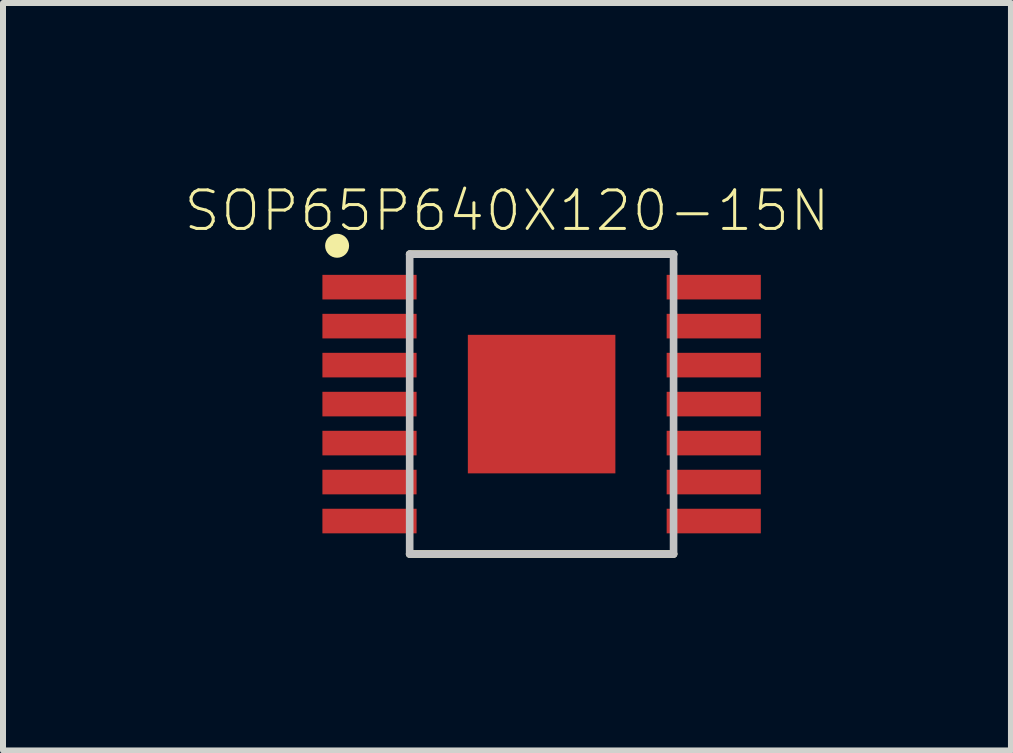
<source format=kicad_pcb>
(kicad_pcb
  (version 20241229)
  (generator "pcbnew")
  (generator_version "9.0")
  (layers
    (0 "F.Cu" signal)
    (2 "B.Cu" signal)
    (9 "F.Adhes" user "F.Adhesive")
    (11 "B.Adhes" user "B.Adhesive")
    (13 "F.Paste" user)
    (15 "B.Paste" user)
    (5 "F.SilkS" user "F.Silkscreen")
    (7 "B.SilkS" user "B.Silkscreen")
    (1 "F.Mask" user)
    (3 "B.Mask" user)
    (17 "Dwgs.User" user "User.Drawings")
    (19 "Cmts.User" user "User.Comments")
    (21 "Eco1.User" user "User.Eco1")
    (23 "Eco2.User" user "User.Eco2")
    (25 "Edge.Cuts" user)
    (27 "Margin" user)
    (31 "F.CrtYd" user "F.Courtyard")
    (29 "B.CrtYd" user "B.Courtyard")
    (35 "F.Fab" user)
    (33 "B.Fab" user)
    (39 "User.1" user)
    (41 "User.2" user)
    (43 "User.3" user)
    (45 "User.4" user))
  (footprint "SOP65P640X120-15N"
    (layer "F.Cu")
    (at 5.981 3.688)
    (property "Reference" "SOP65P640X120-15N" (at -0.578 -3.224 0) (layer "F.SilkS") (effects (font (size 0.643 0.643) (thickness 0.05))))
    (attr smd)
    (fp_poly (pts (xy -1.71 -2.5) (xy 1.7 -2.5) (xy 1.7 2.515) (xy -1.71 2.515)) (stroke (width 0) (type solid)) (fill yes) (layer "F.Mask"))
    (fp_line (start -2.2 -2.5) (end 2.2 -2.5) (stroke (width 0.127) (type solid)) (layer "F.SilkS"))
    (fp_line (start -2.2 2.5) (end 2.2 2.5) (stroke (width 0.127) (type solid)) (layer "F.SilkS"))
    (fp_circle (center -3.41 -2.64) (end -3.31 -2.64) (stroke (width 0.2) (type solid)) (fill no) (layer "F.SilkS"))
    (fp_poly (pts (xy -0.804 -0.75) (xy 0.8 -0.75) (xy 0.8 0.754) (xy -0.804 0.754)) (stroke (width 0) (type solid)) (fill yes) (layer "F.Paste"))
    (fp_line (start -2.2 -2.5) (end 2.2 -2.5) (stroke (width 0.127) (type solid)) (layer "Dwgs.User"))
    (fp_line (start -2.2 2.5) (end -2.2 -2.5) (stroke (width 0.127) (type solid)) (layer "Dwgs.User"))
    (fp_line (start 2.2 -2.5) (end 2.2 2.5) (stroke (width 0.127) (type solid)) (layer "Dwgs.User"))
    (fp_line (start 2.2 2.5) (end -2.2 2.5) (stroke (width 0.127) (type solid)) (layer "Dwgs.User"))
    (fp_line (start -4 -2.75) (end 4 -2.75) (stroke (width 0.05) (type solid)) (layer "Eco1.User"))
    (fp_line (start -4 2.75) (end -4 -2.75) (stroke (width 0.05) (type solid)) (layer "Eco1.User"))
    (fp_line (start 4 -2.75) (end 4 2.75) (stroke (width 0.05) (type solid)) (layer "Eco1.User"))
    (fp_line (start 4 2.75) (end -4 2.75) (stroke (width 0.05) (type solid)) (layer "Eco1.User"))
    (pad "1" smd rect (at -2.87 -1.95) (size 1.57 0.41) (layers "F.Cu" "F.Mask" "F.Paste"))
    (pad "2" smd rect (at -2.87 -1.3) (size 1.57 0.41) (layers "F.Cu" "F.Mask" "F.Paste"))
    (pad "3" smd rect (at -2.87 -0.65) (size 1.57 0.41) (layers "F.Cu" "F.Mask" "F.Paste"))
    (pad "4" smd rect (at -2.87 0) (size 1.57 0.41) (layers "F.Cu" "F.Mask" "F.Paste"))
    (pad "5" smd rect (at -2.87 0.65) (size 1.57 0.41) (layers "F.Cu" "F.Mask" "F.Paste"))
    (pad "6" smd rect (at -2.87 1.3) (size 1.57 0.41) (layers "F.Cu" "F.Mask" "F.Paste"))
    (pad "7" smd rect (at -2.87 1.95) (size 1.57 0.41) (layers "F.Cu" "F.Mask" "F.Paste"))
    (pad "8" smd rect (at 2.87 1.95) (size 1.57 0.41) (layers "F.Cu" "F.Mask" "F.Paste"))
    (pad "9" smd rect (at 2.87 1.3) (size 1.57 0.41) (layers "F.Cu" "F.Mask" "F.Paste"))
    (pad "10" smd rect (at 2.87 0.65) (size 1.57 0.41) (layers "F.Cu" "F.Mask" "F.Paste"))
    (pad "11" smd rect (at 2.87 0) (size 1.57 0.41) (layers "F.Cu" "F.Mask" "F.Paste"))
    (pad "12" smd rect (at 2.87 -0.65) (size 1.57 0.41) (layers "F.Cu" "F.Mask" "F.Paste"))
    (pad "13" smd rect (at 2.87 -1.3) (size 1.57 0.41) (layers "F.Cu" "F.Mask" "F.Paste"))
    (pad "14" smd rect (at 2.87 -1.95) (size 1.57 0.41) (layers "F.Cu" "F.Mask" "F.Paste"))
    (pad "15" smd rect (at 0 0) (size 2.46 2.31) (layers "F.Cu" "F.Mask" "F.Paste")))
  (gr_rect
    (start -3 -3)
    (end 13.807 9.463)
    (stroke (width 0.1) (type default))
    (fill no)
    (layer "Edge.Cuts")))
</source>
